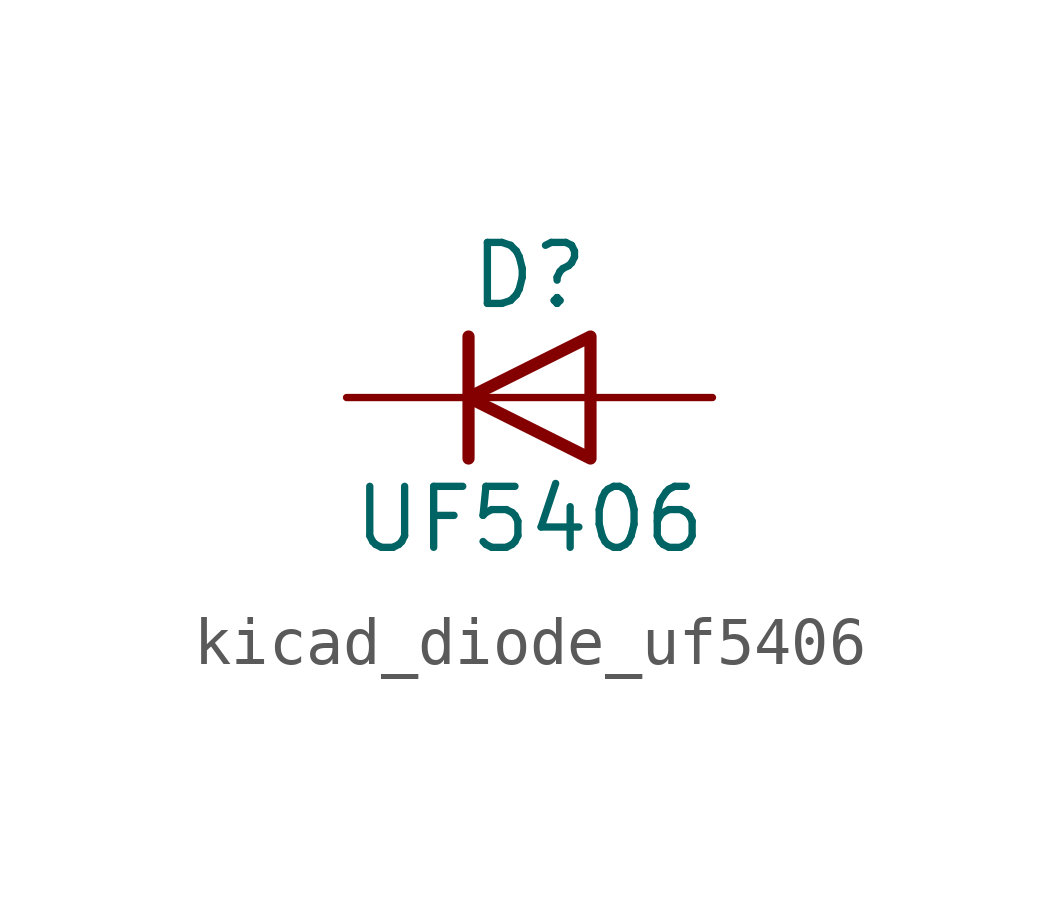
<source format=kicad_sym>
(kicad_symbol_lib
  (version 20220914)
  (generator kicad_symbol_editor)
  (symbol "kicad_diode_uf5406"
    (pin_numbers hide)
    (pin_names hide)
    (property "Reference" "D"
      (at 0 2.54 0)
      (effects (font (size 1.27 1.27))))
    (property "Value" "UF5406"
      (at 0 -2.54 0)
      (effects (font (size 1.27 1.27))))
    (symbol "kicad_diode_uf5406_0_1"
      (polyline (pts (xy -1.27 1.27) (xy -1.27 -1.27)) (stroke (width 0.254) (type default)) (fill (type none)))
      (polyline (pts (xy 1.27 0) (xy -1.27 0)) (stroke (width 0) (type default)) (fill (type none)))
      (polyline (pts (xy 1.27 1.27) (xy 1.27 -1.27) (xy -1.27 0) (xy 1.27 1.27)) (stroke (width 0.254) (type default)) (fill (type none))))
    (symbol "kicad_diode_uf5406_1_1"
      (pin passive line (at -3.81 0 0) (length 2.54) (name "K" (effects (font (size 1.27 1.27)))) (number "1" (effects (font (size 1.27 1.27)))))
      (pin passive line (at 3.81 0 180) (length 2.54) (name "A" (effects (font (size 1.27 1.27)))) (number "2" (effects (font (size 1.27 1.27))))))))
</source>
